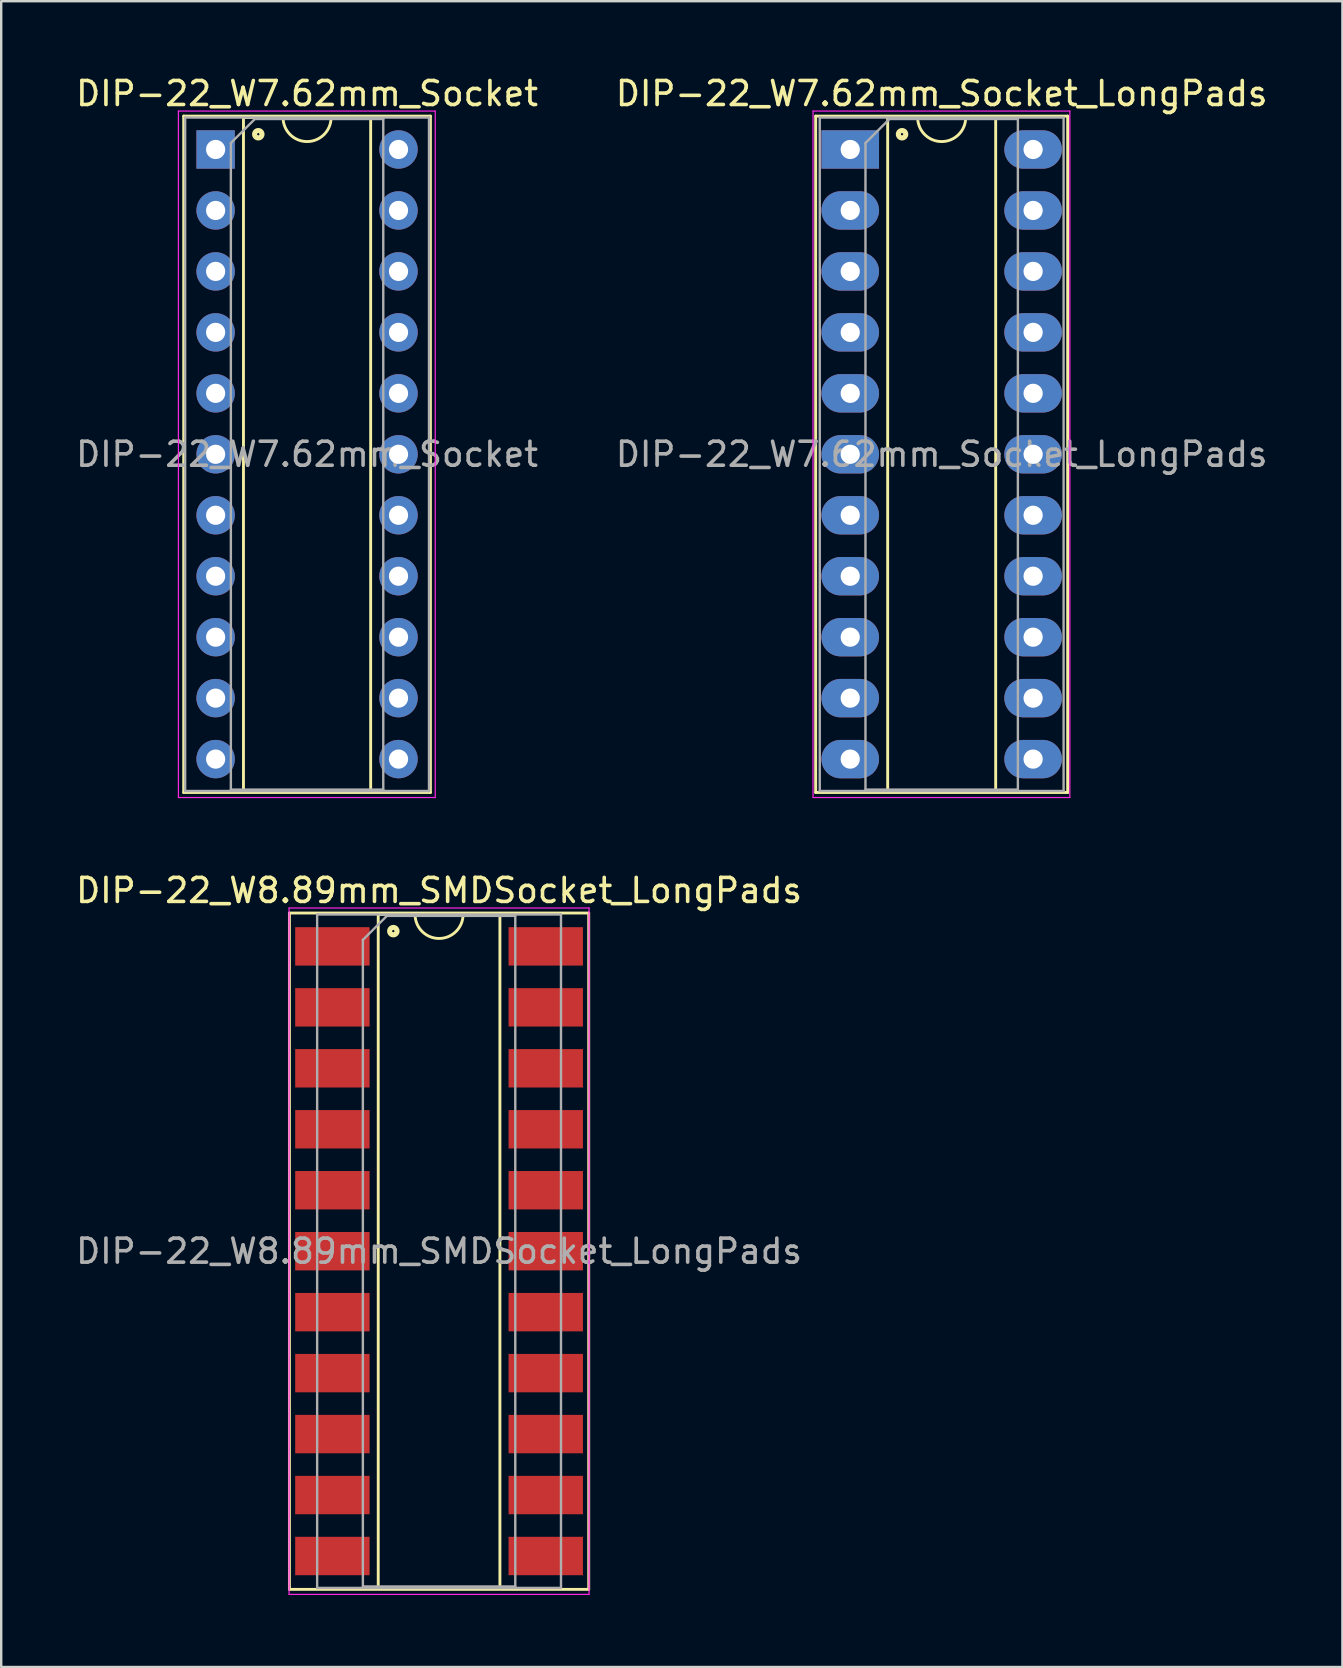
<source format=kicad_pcb>
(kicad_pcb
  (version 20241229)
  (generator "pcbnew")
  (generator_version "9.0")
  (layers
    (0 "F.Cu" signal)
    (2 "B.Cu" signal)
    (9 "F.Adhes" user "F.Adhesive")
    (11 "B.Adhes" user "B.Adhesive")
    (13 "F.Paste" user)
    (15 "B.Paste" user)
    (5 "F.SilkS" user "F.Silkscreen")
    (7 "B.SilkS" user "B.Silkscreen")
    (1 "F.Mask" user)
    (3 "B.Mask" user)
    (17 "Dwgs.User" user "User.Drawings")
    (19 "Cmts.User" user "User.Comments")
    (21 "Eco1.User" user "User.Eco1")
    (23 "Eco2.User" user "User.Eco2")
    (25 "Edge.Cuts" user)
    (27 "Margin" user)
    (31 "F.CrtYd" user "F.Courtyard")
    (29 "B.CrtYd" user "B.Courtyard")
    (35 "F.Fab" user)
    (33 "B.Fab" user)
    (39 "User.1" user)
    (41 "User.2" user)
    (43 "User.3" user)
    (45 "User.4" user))
  (footprint "DIP-22_W7.62mm_Socket"
    (layer "F.Cu")
    (at 5.934 3.178)
    (property "Reference" "DIP-22_W7.62mm_Socket" (at 3.81 -2.33 0) (layer "F.SilkS") (effects (font (size 1 1) (thickness 0.15))))
    (attr through_hole)
    (fp_line (start -1.33 -1.39) (end -1.33 26.79) (stroke (width 0.12) (type solid)) (layer "F.SilkS"))
    (fp_line (start -1.33 26.79) (end 8.95 26.79) (stroke (width 0.12) (type solid)) (layer "F.SilkS"))
    (fp_line (start 1.16 -1.33) (end 1.16 26.73) (stroke (width 0.12) (type solid)) (layer "F.SilkS"))
    (fp_line (start 1.16 26.73) (end 6.46 26.73) (stroke (width 0.12) (type solid)) (layer "F.SilkS"))
    (fp_line (start 2.81 -1.33) (end 1.16 -1.33) (stroke (width 0.12) (type solid)) (layer "F.SilkS"))
    (fp_line (start 6.46 -1.33) (end 4.81 -1.33) (stroke (width 0.12) (type solid)) (layer "F.SilkS"))
    (fp_line (start 6.46 26.73) (end 6.46 -1.33) (stroke (width 0.12) (type solid)) (layer "F.SilkS"))
    (fp_line (start 8.95 -1.39) (end -1.33 -1.39) (stroke (width 0.12) (type solid)) (layer "F.SilkS"))
    (fp_line (start 8.95 26.79) (end 8.95 -1.39) (stroke (width 0.12) (type solid)) (layer "F.SilkS"))
    (fp_arc (start 4.81 -1.33) (mid 3.81 -0.33) (end 2.81 -1.33) (stroke (width 0.12) (type solid)) (layer "F.SilkS"))
    (fp_circle (center 1.778 -0.635) (end 1.828 -0.635) (stroke (width 0.12) (type solid)) (fill no) (layer "F.SilkS"))
    (fp_circle (center 1.778 -0.635) (end 1.903 -0.635) (stroke (width 0.12) (type solid)) (fill no) (layer "F.SilkS"))
    (fp_circle (center 1.778 -0.635) (end 1.978 -0.635) (stroke (width 0.12) (type solid)) (fill no) (layer "F.SilkS"))
    (fp_line (start -1.55 -1.6) (end -1.55 27) (stroke (width 0.05) (type solid)) (layer "F.CrtYd"))
    (fp_line (start -1.55 27) (end 9.15 27) (stroke (width 0.05) (type solid)) (layer "F.CrtYd"))
    (fp_line (start 9.15 -1.6) (end -1.55 -1.6) (stroke (width 0.05) (type solid)) (layer "F.CrtYd"))
    (fp_line (start 9.15 27) (end 9.15 -1.6) (stroke (width 0.05) (type solid)) (layer "F.CrtYd"))
    (fp_line (start -1.27 -1.33) (end -1.27 26.73) (stroke (width 0.1) (type solid)) (layer "F.Fab"))
    (fp_line (start -1.27 26.73) (end 8.89 26.73) (stroke (width 0.1) (type solid)) (layer "F.Fab"))
    (fp_line (start 0.635 -0.27) (end 1.635 -1.27) (stroke (width 0.1) (type solid)) (layer "F.Fab"))
    (fp_line (start 0.635 26.67) (end 0.635 -0.27) (stroke (width 0.1) (type solid)) (layer "F.Fab"))
    (fp_line (start 1.635 -1.27) (end 6.985 -1.27) (stroke (width 0.1) (type solid)) (layer "F.Fab"))
    (fp_line (start 6.985 -1.27) (end 6.985 26.67) (stroke (width 0.1) (type solid)) (layer "F.Fab"))
    (fp_line (start 6.985 26.67) (end 0.635 26.67) (stroke (width 0.1) (type solid)) (layer "F.Fab"))
    (fp_line (start 8.89 -1.33) (end -1.27 -1.33) (stroke (width 0.1) (type solid)) (layer "F.Fab"))
    (fp_line (start 8.89 26.73) (end 8.89 -1.33) (stroke (width 0.1) (type solid)) (layer "F.Fab"))
    (fp_text user "${REFERENCE}" (at 3.81 12.7 0) (layer "F.Fab") (effects (font (size 1 1) (thickness 0.15))))
    (pad "1" thru_hole rect (at 0 0) (size 1.6 1.6) (drill 0.8) (layers "*.Cu" "*.Mask"))
    (pad "2" thru_hole oval (at 0 2.54) (size 1.6 1.6) (drill 0.8) (layers "*.Cu" "*.Mask"))
    (pad "3" thru_hole oval (at 0 5.08) (size 1.6 1.6) (drill 0.8) (layers "*.Cu" "*.Mask"))
    (pad "4" thru_hole oval (at 0 7.62) (size 1.6 1.6) (drill 0.8) (layers "*.Cu" "*.Mask"))
    (pad "5" thru_hole oval (at 0 10.16) (size 1.6 1.6) (drill 0.8) (layers "*.Cu" "*.Mask"))
    (pad "6" thru_hole oval (at 0 12.7) (size 1.6 1.6) (drill 0.8) (layers "*.Cu" "*.Mask"))
    (pad "7" thru_hole oval (at 0 15.24) (size 1.6 1.6) (drill 0.8) (layers "*.Cu" "*.Mask"))
    (pad "8" thru_hole oval (at 0 17.78) (size 1.6 1.6) (drill 0.8) (layers "*.Cu" "*.Mask"))
    (pad "9" thru_hole oval (at 0 20.32) (size 1.6 1.6) (drill 0.8) (layers "*.Cu" "*.Mask"))
    (pad "10" thru_hole oval (at 0 22.86) (size 1.6 1.6) (drill 0.8) (layers "*.Cu" "*.Mask"))
    (pad "11" thru_hole oval (at 0 25.4) (size 1.6 1.6) (drill 0.8) (layers "*.Cu" "*.Mask"))
    (pad "12" thru_hole oval (at 7.62 25.4) (size 1.6 1.6) (drill 0.8) (layers "*.Cu" "*.Mask"))
    (pad "13" thru_hole oval (at 7.62 22.86) (size 1.6 1.6) (drill 0.8) (layers "*.Cu" "*.Mask"))
    (pad "14" thru_hole oval (at 7.62 20.32) (size 1.6 1.6) (drill 0.8) (layers "*.Cu" "*.Mask"))
    (pad "15" thru_hole oval (at 7.62 17.78) (size 1.6 1.6) (drill 0.8) (layers "*.Cu" "*.Mask"))
    (pad "16" thru_hole oval (at 7.62 15.24) (size 1.6 1.6) (drill 0.8) (layers "*.Cu" "*.Mask"))
    (pad "17" thru_hole oval (at 7.62 12.7) (size 1.6 1.6) (drill 0.8) (layers "*.Cu" "*.Mask"))
    (pad "18" thru_hole oval (at 7.62 10.16) (size 1.6 1.6) (drill 0.8) (layers "*.Cu" "*.Mask"))
    (pad "19" thru_hole oval (at 7.62 7.62) (size 1.6 1.6) (drill 0.8) (layers "*.Cu" "*.Mask"))
    (pad "20" thru_hole oval (at 7.62 5.08) (size 1.6 1.6) (drill 0.8) (layers "*.Cu" "*.Mask"))
    (pad "21" thru_hole oval (at 7.62 2.54) (size 1.6 1.6) (drill 0.8) (layers "*.Cu" "*.Mask"))
    (pad "22" thru_hole oval (at 7.62 0) (size 1.6 1.6) (drill 0.8) (layers "*.Cu" "*.Mask")))
  (footprint "DIP-22_W8.89mm_SMDSocket_LongPads"
    (layer "F.Cu")
    (at 15.244 49.081)
    (property "Reference" "DIP-22_W8.89mm_SMDSocket_LongPads" (at 0 -15.03 0) (layer "F.SilkS") (effects (font (size 1 1) (thickness 0.15))))
    (attr smd)
    (fp_line (start -6.235 -14.09) (end -6.235 14.09) (stroke (width 0.12) (type solid)) (layer "F.SilkS"))
    (fp_line (start -6.235 14.09) (end 6.235 14.09) (stroke (width 0.12) (type solid)) (layer "F.SilkS"))
    (fp_line (start -2.535 -14.03) (end -2.535 14.03) (stroke (width 0.12) (type solid)) (layer "F.SilkS"))
    (fp_line (start -2.535 14.03) (end 2.535 14.03) (stroke (width 0.12) (type solid)) (layer "F.SilkS"))
    (fp_line (start -1 -14.03) (end -2.535 -14.03) (stroke (width 0.12) (type solid)) (layer "F.SilkS"))
    (fp_line (start 2.535 -14.03) (end 1 -14.03) (stroke (width 0.12) (type solid)) (layer "F.SilkS"))
    (fp_line (start 2.535 14.03) (end 2.535 -14.03) (stroke (width 0.12) (type solid)) (layer "F.SilkS"))
    (fp_line (start 6.235 -14.09) (end -6.235 -14.09) (stroke (width 0.12) (type solid)) (layer "F.SilkS"))
    (fp_line (start 6.235 14.09) (end 6.235 -14.09) (stroke (width 0.12) (type solid)) (layer "F.SilkS"))
    (fp_arc (start 1 -14.03) (mid 0 -13.03) (end -1 -14.03) (stroke (width 0.12) (type solid)) (layer "F.SilkS"))
    (fp_circle (center -1.905 -13.335) (end -1.855 -13.335) (stroke (width 0.12) (type solid)) (fill no) (layer "F.SilkS"))
    (fp_circle (center -1.905 -13.335) (end -1.78 -13.335) (stroke (width 0.12) (type solid)) (fill no) (layer "F.SilkS"))
    (fp_circle (center -1.905 -13.335) (end -1.705 -13.335) (stroke (width 0.12) (type solid)) (fill no) (layer "F.SilkS"))
    (fp_line (start -6.25 -14.3) (end -6.25 14.3) (stroke (width 0.05) (type solid)) (layer "F.CrtYd"))
    (fp_line (start -6.25 14.3) (end 6.25 14.3) (stroke (width 0.05) (type solid)) (layer "F.CrtYd"))
    (fp_line (start 6.25 -14.3) (end -6.25 -14.3) (stroke (width 0.05) (type solid)) (layer "F.CrtYd"))
    (fp_line (start 6.25 14.3) (end 6.25 -14.3) (stroke (width 0.05) (type solid)) (layer "F.CrtYd"))
    (fp_line (start -5.08 -14.03) (end -5.08 14.03) (stroke (width 0.1) (type solid)) (layer "F.Fab"))
    (fp_line (start -5.08 14.03) (end 5.08 14.03) (stroke (width 0.1) (type solid)) (layer "F.Fab"))
    (fp_line (start -3.175 -12.97) (end -2.175 -13.97) (stroke (width 0.1) (type solid)) (layer "F.Fab"))
    (fp_line (start -3.175 13.97) (end -3.175 -12.97) (stroke (width 0.1) (type solid)) (layer "F.Fab"))
    (fp_line (start -2.175 -13.97) (end 3.175 -13.97) (stroke (width 0.1) (type solid)) (layer "F.Fab"))
    (fp_line (start 3.175 -13.97) (end 3.175 13.97) (stroke (width 0.1) (type solid)) (layer "F.Fab"))
    (fp_line (start 3.175 13.97) (end -3.175 13.97) (stroke (width 0.1) (type solid)) (layer "F.Fab"))
    (fp_line (start 5.08 -14.03) (end -5.08 -14.03) (stroke (width 0.1) (type solid)) (layer "F.Fab"))
    (fp_line (start 5.08 14.03) (end 5.08 -14.03) (stroke (width 0.1) (type solid)) (layer "F.Fab"))
    (fp_text user "${REFERENCE}" (at 0 0 0) (layer "F.Fab") (effects (font (size 1 1) (thickness 0.15))))
    (pad "1" smd rect (at -4.445 -12.7) (size 3.1 1.6) (layers "F.Cu" "F.Mask" "F.Paste"))
    (pad "2" smd rect (at -4.445 -10.16) (size 3.1 1.6) (layers "F.Cu" "F.Mask" "F.Paste"))
    (pad "3" smd rect (at -4.445 -7.62) (size 3.1 1.6) (layers "F.Cu" "F.Mask" "F.Paste"))
    (pad "4" smd rect (at -4.445 -5.08) (size 3.1 1.6) (layers "F.Cu" "F.Mask" "F.Paste"))
    (pad "5" smd rect (at -4.445 -2.54) (size 3.1 1.6) (layers "F.Cu" "F.Mask" "F.Paste"))
    (pad "6" smd rect (at -4.445 0) (size 3.1 1.6) (layers "F.Cu" "F.Mask" "F.Paste"))
    (pad "7" smd rect (at -4.445 2.54) (size 3.1 1.6) (layers "F.Cu" "F.Mask" "F.Paste"))
    (pad "8" smd rect (at -4.445 5.08) (size 3.1 1.6) (layers "F.Cu" "F.Mask" "F.Paste"))
    (pad "9" smd rect (at -4.445 7.62) (size 3.1 1.6) (layers "F.Cu" "F.Mask" "F.Paste"))
    (pad "10" smd rect (at -4.445 10.16) (size 3.1 1.6) (layers "F.Cu" "F.Mask" "F.Paste"))
    (pad "11" smd rect (at -4.445 12.7) (size 3.1 1.6) (layers "F.Cu" "F.Mask" "F.Paste"))
    (pad "12" smd rect (at 4.445 12.7) (size 3.1 1.6) (layers "F.Cu" "F.Mask" "F.Paste"))
    (pad "13" smd rect (at 4.445 10.16) (size 3.1 1.6) (layers "F.Cu" "F.Mask" "F.Paste"))
    (pad "14" smd rect (at 4.445 7.62) (size 3.1 1.6) (layers "F.Cu" "F.Mask" "F.Paste"))
    (pad "15" smd rect (at 4.445 5.08) (size 3.1 1.6) (layers "F.Cu" "F.Mask" "F.Paste"))
    (pad "16" smd rect (at 4.445 2.54) (size 3.1 1.6) (layers "F.Cu" "F.Mask" "F.Paste"))
    (pad "17" smd rect (at 4.445 0) (size 3.1 1.6) (layers "F.Cu" "F.Mask" "F.Paste"))
    (pad "18" smd rect (at 4.445 -2.54) (size 3.1 1.6) (layers "F.Cu" "F.Mask" "F.Paste"))
    (pad "19" smd rect (at 4.445 -5.08) (size 3.1 1.6) (layers "F.Cu" "F.Mask" "F.Paste"))
    (pad "20" smd rect (at 4.445 -7.62) (size 3.1 1.6) (layers "F.Cu" "F.Mask" "F.Paste"))
    (pad "21" smd rect (at 4.445 -10.16) (size 3.1 1.6) (layers "F.Cu" "F.Mask" "F.Paste"))
    (pad "22" smd rect (at 4.445 -12.7) (size 3.1 1.6) (layers "F.Cu" "F.Mask" "F.Paste")))
  (footprint "DIP-22_W7.62mm_Socket_LongPads"
    (layer "F.Cu")
    (at 32.375 3.178)
    (property "Reference" "DIP-22_W7.62mm_Socket_LongPads" (at 3.81 -2.33 0) (layer "F.SilkS") (effects (font (size 1 1) (thickness 0.15))))
    (attr through_hole)
    (fp_line (start -1.44 -1.39) (end -1.44 26.79) (stroke (width 0.12) (type solid)) (layer "F.SilkS"))
    (fp_line (start -1.44 26.79) (end 9.06 26.79) (stroke (width 0.12) (type solid)) (layer "F.SilkS"))
    (fp_line (start 1.56 -1.33) (end 1.56 26.73) (stroke (width 0.12) (type solid)) (layer "F.SilkS"))
    (fp_line (start 1.56 26.73) (end 6.06 26.73) (stroke (width 0.12) (type solid)) (layer "F.SilkS"))
    (fp_line (start 2.81 -1.33) (end 1.56 -1.33) (stroke (width 0.12) (type solid)) (layer "F.SilkS"))
    (fp_line (start 6.06 -1.33) (end 4.81 -1.33) (stroke (width 0.12) (type solid)) (layer "F.SilkS"))
    (fp_line (start 6.06 26.73) (end 6.06 -1.33) (stroke (width 0.12) (type solid)) (layer "F.SilkS"))
    (fp_line (start 9.06 -1.39) (end -1.44 -1.39) (stroke (width 0.12) (type solid)) (layer "F.SilkS"))
    (fp_line (start 9.06 26.79) (end 9.06 -1.39) (stroke (width 0.12) (type solid)) (layer "F.SilkS"))
    (fp_arc (start 4.81 -1.33) (mid 3.81 -0.33) (end 2.81 -1.33) (stroke (width 0.12) (type solid)) (layer "F.SilkS"))
    (fp_circle (center 2.159 -0.635) (end 2.209 -0.635) (stroke (width 0.12) (type solid)) (fill no) (layer "F.SilkS"))
    (fp_circle (center 2.159 -0.635) (end 2.284 -0.635) (stroke (width 0.12) (type solid)) (fill no) (layer "F.SilkS"))
    (fp_circle (center 2.159 -0.635) (end 2.359 -0.635) (stroke (width 0.12) (type solid)) (fill no) (layer "F.SilkS"))
    (fp_line (start -1.55 -1.6) (end -1.55 27) (stroke (width 0.05) (type solid)) (layer "F.CrtYd"))
    (fp_line (start -1.55 27) (end 9.15 27) (stroke (width 0.05) (type solid)) (layer "F.CrtYd"))
    (fp_line (start 9.15 -1.6) (end -1.55 -1.6) (stroke (width 0.05) (type solid)) (layer "F.CrtYd"))
    (fp_line (start 9.15 27) (end 9.15 -1.6) (stroke (width 0.05) (type solid)) (layer "F.CrtYd"))
    (fp_line (start -1.27 -1.33) (end -1.27 26.73) (stroke (width 0.1) (type solid)) (layer "F.Fab"))
    (fp_line (start -1.27 26.73) (end 8.89 26.73) (stroke (width 0.1) (type solid)) (layer "F.Fab"))
    (fp_line (start 0.635 -0.27) (end 1.635 -1.27) (stroke (width 0.1) (type solid)) (layer "F.Fab"))
    (fp_line (start 0.635 26.67) (end 0.635 -0.27) (stroke (width 0.1) (type solid)) (layer "F.Fab"))
    (fp_line (start 1.635 -1.27) (end 6.985 -1.27) (stroke (width 0.1) (type solid)) (layer "F.Fab"))
    (fp_line (start 6.985 -1.27) (end 6.985 26.67) (stroke (width 0.1) (type solid)) (layer "F.Fab"))
    (fp_line (start 6.985 26.67) (end 0.635 26.67) (stroke (width 0.1) (type solid)) (layer "F.Fab"))
    (fp_line (start 8.89 -1.33) (end -1.27 -1.33) (stroke (width 0.1) (type solid)) (layer "F.Fab"))
    (fp_line (start 8.89 26.73) (end 8.89 -1.33) (stroke (width 0.1) (type solid)) (layer "F.Fab"))
    (fp_text user "${REFERENCE}" (at 3.81 12.7 0) (layer "F.Fab") (effects (font (size 1 1) (thickness 0.15))))
    (pad "1" thru_hole rect (at 0 0) (size 2.4 1.6) (drill 0.8) (layers "*.Cu" "*.Mask"))
    (pad "2" thru_hole oval (at 0 2.54) (size 2.4 1.6) (drill 0.8) (layers "*.Cu" "*.Mask"))
    (pad "3" thru_hole oval (at 0 5.08) (size 2.4 1.6) (drill 0.8) (layers "*.Cu" "*.Mask"))
    (pad "4" thru_hole oval (at 0 7.62) (size 2.4 1.6) (drill 0.8) (layers "*.Cu" "*.Mask"))
    (pad "5" thru_hole oval (at 0 10.16) (size 2.4 1.6) (drill 0.8) (layers "*.Cu" "*.Mask"))
    (pad "6" thru_hole oval (at 0 12.7) (size 2.4 1.6) (drill 0.8) (layers "*.Cu" "*.Mask"))
    (pad "7" thru_hole oval (at 0 15.24) (size 2.4 1.6) (drill 0.8) (layers "*.Cu" "*.Mask"))
    (pad "8" thru_hole oval (at 0 17.78) (size 2.4 1.6) (drill 0.8) (layers "*.Cu" "*.Mask"))
    (pad "9" thru_hole oval (at 0 20.32) (size 2.4 1.6) (drill 0.8) (layers "*.Cu" "*.Mask"))
    (pad "10" thru_hole oval (at 0 22.86) (size 2.4 1.6) (drill 0.8) (layers "*.Cu" "*.Mask"))
    (pad "11" thru_hole oval (at 0 25.4) (size 2.4 1.6) (drill 0.8) (layers "*.Cu" "*.Mask"))
    (pad "12" thru_hole oval (at 7.62 25.4) (size 2.4 1.6) (drill 0.8) (layers "*.Cu" "*.Mask"))
    (pad "13" thru_hole oval (at 7.62 22.86) (size 2.4 1.6) (drill 0.8) (layers "*.Cu" "*.Mask"))
    (pad "14" thru_hole oval (at 7.62 20.32) (size 2.4 1.6) (drill 0.8) (layers "*.Cu" "*.Mask"))
    (pad "15" thru_hole oval (at 7.62 17.78) (size 2.4 1.6) (drill 0.8) (layers "*.Cu" "*.Mask"))
    (pad "16" thru_hole oval (at 7.62 15.24) (size 2.4 1.6) (drill 0.8) (layers "*.Cu" "*.Mask"))
    (pad "17" thru_hole oval (at 7.62 12.7) (size 2.4 1.6) (drill 0.8) (layers "*.Cu" "*.Mask"))
    (pad "18" thru_hole oval (at 7.62 10.16) (size 2.4 1.6) (drill 0.8) (layers "*.Cu" "*.Mask"))
    (pad "19" thru_hole oval (at 7.62 7.62) (size 2.4 1.6) (drill 0.8) (layers "*.Cu" "*.Mask"))
    (pad "20" thru_hole oval (at 7.62 5.08) (size 2.4 1.6) (drill 0.8) (layers "*.Cu" "*.Mask"))
    (pad "21" thru_hole oval (at 7.62 2.54) (size 2.4 1.6) (drill 0.8) (layers "*.Cu" "*.Mask"))
    (pad "22" thru_hole oval (at 7.62 0) (size 2.4 1.6) (drill 0.8) (layers "*.Cu" "*.Mask")))
  (gr_rect
    (start -3 -3)
    (end 52.881 66.406)
    (stroke (width 0.1) (type default))
    (fill no)
    (layer "Edge.Cuts")))
</source>
